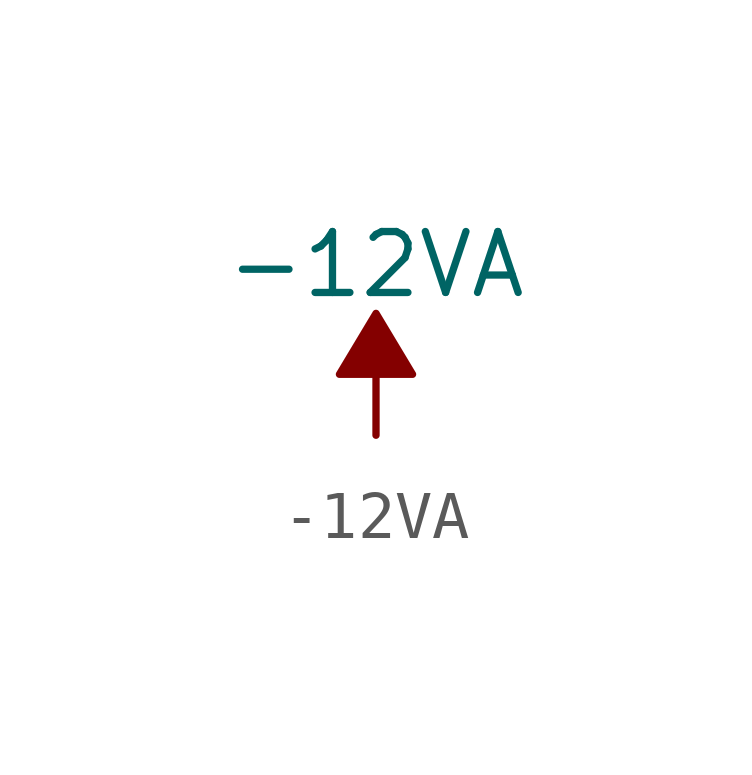
<source format=kicad_sym>
(kicad_symbol_lib
  (version 20211014)
  (generator kicad_symbol_editor)
  (symbol "-12VA"
    (power)
    (pin_names
      (offset 0))
    (property "Reference" "#PWR"
      (at 0 -3.81 0)
      (effects (font (size 1.27 1.27)) hide))
    (property "Value" "-12VA"
      (at 0 3.556 0)
      (effects (font (size 1.27 1.27))))
    (symbol "-12VA_0_0"
      (pin power_in line (at 0 0 90) (length 0) hide (name "-12VA" (effects (font (size 1.27 1.27)))) (number "1" (effects (font (size 1.27 1.27))))))
    (symbol "-12VA_0_1"
      (polyline (pts (xy 0 0) (xy 0 1.27) (xy 0.762 1.27) (xy 0 2.54) (xy -0.762 1.27) (xy 0 1.27)) (stroke (width 0) (type default) (color 0 0 0 0)) (fill (type outline))))))
</source>
